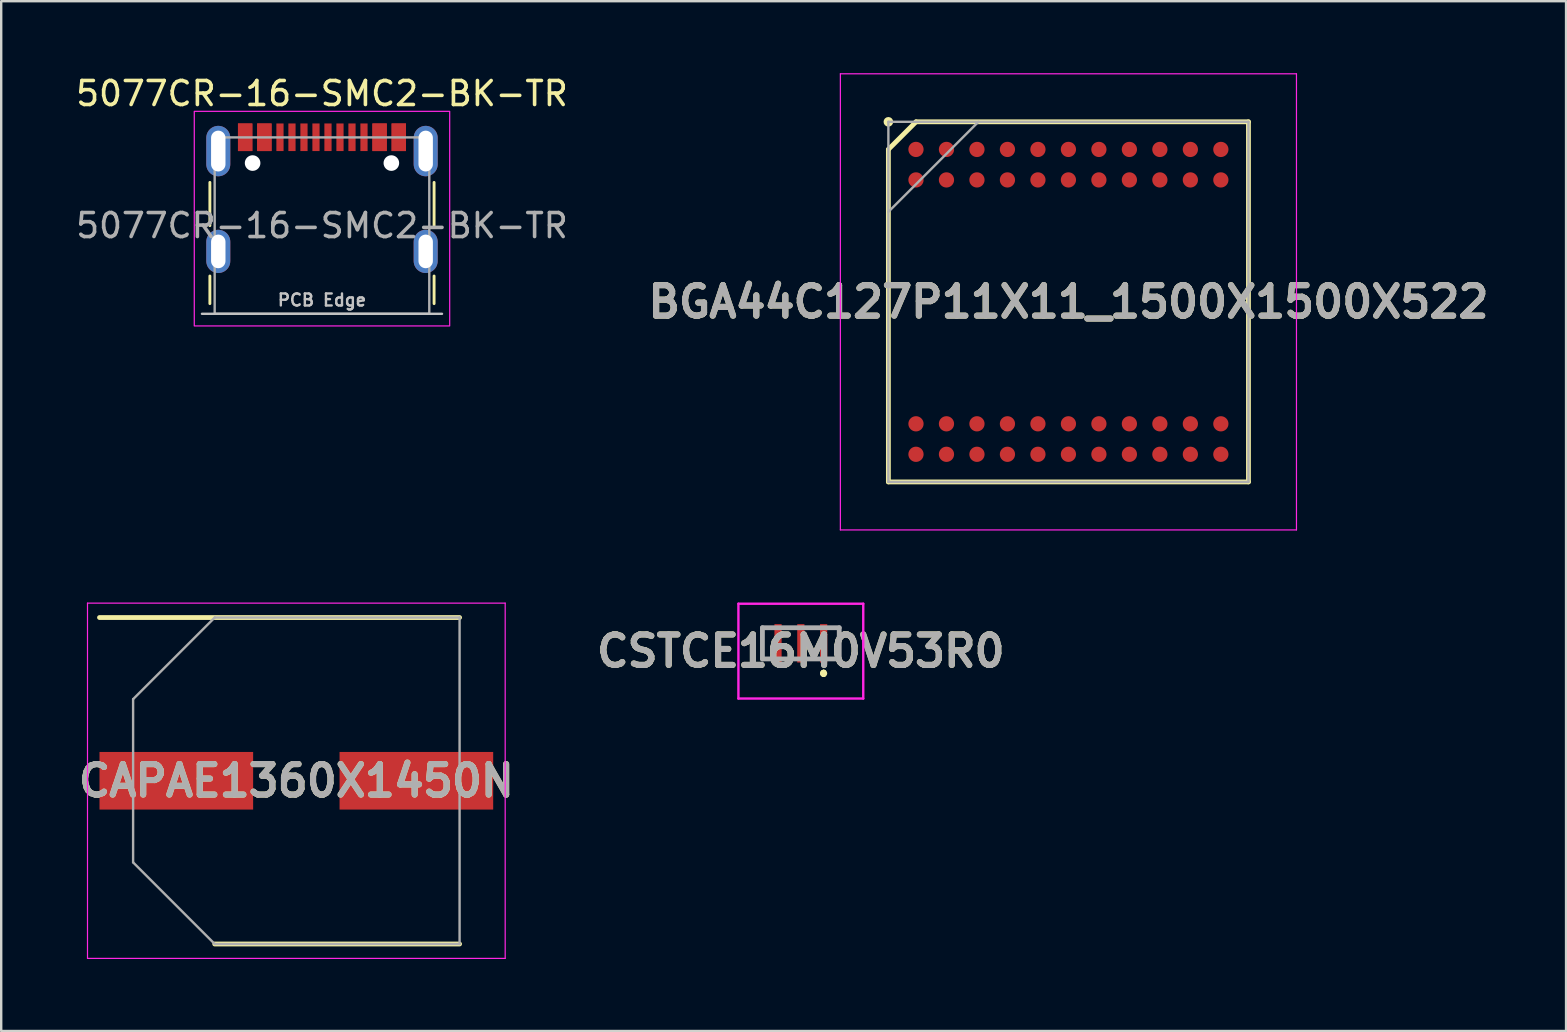
<source format=kicad_pcb>
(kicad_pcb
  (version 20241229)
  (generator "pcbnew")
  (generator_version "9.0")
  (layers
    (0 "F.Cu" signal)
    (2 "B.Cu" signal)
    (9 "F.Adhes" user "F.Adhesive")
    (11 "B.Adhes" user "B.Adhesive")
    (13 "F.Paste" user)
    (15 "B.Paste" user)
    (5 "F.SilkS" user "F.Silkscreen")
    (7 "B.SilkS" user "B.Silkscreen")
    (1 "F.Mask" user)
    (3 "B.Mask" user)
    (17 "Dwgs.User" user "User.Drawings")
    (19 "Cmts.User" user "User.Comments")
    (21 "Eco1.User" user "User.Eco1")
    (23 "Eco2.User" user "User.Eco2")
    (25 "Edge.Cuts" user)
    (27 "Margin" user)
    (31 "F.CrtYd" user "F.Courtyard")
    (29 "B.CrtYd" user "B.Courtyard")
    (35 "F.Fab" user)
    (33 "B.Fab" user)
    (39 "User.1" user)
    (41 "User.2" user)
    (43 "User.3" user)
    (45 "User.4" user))
  (footprint "CSTCE16M0V53R0"
    (layer "F.Cu")
    (at 30.311 23.75)
    (property "Reference" "CSTCE16M0V53R0" (at 0 0.325 0) (layer "F.SilkS") (effects (font (size 1.27 1.27) (thickness 0.254))))
    (attr smd)
    (fp_line (start -1.6 -0.65) (end -1.6 -0.65) (stroke (width 0.1) (type solid)) (layer "F.SilkS"))
    (fp_line (start -1.6 -0.65) (end -1.6 0.6) (stroke (width 0.1) (type solid)) (layer "F.SilkS"))
    (fp_line (start -1.6 0.6) (end -1.6 -0.65) (stroke (width 0.1) (type solid)) (layer "F.SilkS"))
    (fp_line (start -1.6 0.6) (end -1.6 0.6) (stroke (width 0.1) (type solid)) (layer "F.SilkS"))
    (fp_line (start 0.95 1.2) (end 0.95 1.2) (stroke (width 0.2) (type solid)) (layer "F.SilkS"))
    (fp_line (start 0.95 1.2) (end 0.95 1.2) (stroke (width 0.2) (type solid)) (layer "F.SilkS"))
    (fp_line (start 0.95 1.3) (end 0.95 1.3) (stroke (width 0.2) (type solid)) (layer "F.SilkS"))
    (fp_line (start 1.6 -0.65) (end 1.6 -0.65) (stroke (width 0.1) (type solid)) (layer "F.SilkS"))
    (fp_line (start 1.6 -0.65) (end 1.6 0.6) (stroke (width 0.1) (type solid)) (layer "F.SilkS"))
    (fp_line (start 1.6 0.6) (end 1.6 -0.65) (stroke (width 0.1) (type solid)) (layer "F.SilkS"))
    (fp_line (start 1.6 0.6) (end 1.6 0.6) (stroke (width 0.1) (type solid)) (layer "F.SilkS"))
    (fp_arc (start 0.95 1.2) (mid 1 1.25) (end 0.95 1.3) (stroke (width 0.2) (type solid)) (layer "F.SilkS"))
    (fp_arc (start 0.95 1.3) (mid 0.9 1.25) (end 0.95 1.2) (stroke (width 0.2) (type solid)) (layer "F.SilkS"))
    (fp_arc (start 0.95 1.3) (mid 0.9 1.25) (end 0.95 1.2) (stroke (width 0.2) (type solid)) (layer "F.SilkS"))
    (fp_line (start -2.6 -1.65) (end 2.6 -1.65) (stroke (width 0.1) (type solid)) (layer "F.CrtYd"))
    (fp_line (start -2.6 2.3) (end -2.6 -1.65) (stroke (width 0.1) (type solid)) (layer "F.CrtYd"))
    (fp_line (start 2.6 -1.65) (end 2.6 2.3) (stroke (width 0.1) (type solid)) (layer "F.CrtYd"))
    (fp_line (start 2.6 2.3) (end -2.6 2.3) (stroke (width 0.1) (type solid)) (layer "F.CrtYd"))
    (fp_line (start -1.6 -0.65) (end -1.6 0.65) (stroke (width 0.2) (type solid)) (layer "F.Fab"))
    (fp_line (start -1.6 0.65) (end 1.6 0.65) (stroke (width 0.2) (type solid)) (layer "F.Fab"))
    (fp_line (start 1.6 -0.65) (end -1.6 -0.65) (stroke (width 0.2) (type solid)) (layer "F.Fab"))
    (fp_line (start 1.6 0.65) (end 1.6 -0.65) (stroke (width 0.2) (type solid)) (layer "F.Fab"))
    (fp_text user "${REFERENCE}" (at 0 0.325 0) (layer "F.Fab") (effects (font (size 1.27 1.27) (thickness 0.254))))
    (pad "1" smd rect (at 0.95 0) (size 0.3 1.6) (layers "F.Cu" "F.Mask" "F.Paste"))
    (pad "2" smd rect (at 0 0) (size 0.3 1.6) (layers "F.Cu" "F.Mask" "F.Paste"))
    (pad "3" smd rect (at -0.95 0) (size 0.3 1.6) (layers "F.Cu" "F.Mask" "F.Paste")))
  (footprint "BGA44C127P11X11_1500X1500X522"
    (layer "F.Cu")
    (at 41.458 9.525)
    (property "Reference" "BGA44C127P11X11_1500X1500X522" (at 0 0 0) (layer "F.SilkS") (effects (font (size 1.27 1.27) (thickness 0.254))))
    (attr smd)
    (fp_line (start -7.5 -6.35) (end -6.35 -7.5) (stroke (width 0.2) (type solid)) (layer "F.SilkS"))
    (fp_line (start -7.5 7.5) (end -7.5 -6.35) (stroke (width 0.2) (type solid)) (layer "F.SilkS"))
    (fp_line (start -6.35 -7.5) (end 7.5 -7.5) (stroke (width 0.2) (type solid)) (layer "F.SilkS"))
    (fp_line (start 7.5 -7.5) (end 7.5 7.5) (stroke (width 0.2) (type solid)) (layer "F.SilkS"))
    (fp_line (start 7.5 7.5) (end -7.5 7.5) (stroke (width 0.2) (type solid)) (layer "F.SilkS"))
    (fp_circle (center -7.5 -7.5) (end -7.5 -7.4) (stroke (width 0.2) (type solid)) (fill no) (layer "F.SilkS"))
    (fp_line (start -9.5 -9.5) (end 9.5 -9.5) (stroke (width 0.05) (type solid)) (layer "F.CrtYd"))
    (fp_line (start -9.5 9.5) (end -9.5 -9.5) (stroke (width 0.05) (type solid)) (layer "F.CrtYd"))
    (fp_line (start 9.5 -9.5) (end 9.5 9.5) (stroke (width 0.05) (type solid)) (layer "F.CrtYd"))
    (fp_line (start 9.5 9.5) (end -9.5 9.5) (stroke (width 0.05) (type solid)) (layer "F.CrtYd"))
    (fp_line (start -7.5 -7.5) (end 7.5 -7.5) (stroke (width 0.1) (type solid)) (layer "F.Fab"))
    (fp_line (start -7.5 -3.75) (end -3.75 -7.5) (stroke (width 0.1) (type solid)) (layer "F.Fab"))
    (fp_line (start -7.5 7.5) (end -7.5 -7.5) (stroke (width 0.1) (type solid)) (layer "F.Fab"))
    (fp_line (start 7.5 -7.5) (end 7.5 7.5) (stroke (width 0.1) (type solid)) (layer "F.Fab"))
    (fp_line (start 7.5 7.5) (end -7.5 7.5) (stroke (width 0.1) (type solid)) (layer "F.Fab"))
    (fp_text user "${REFERENCE}" (at 0 0 0) (layer "F.Fab") (effects (font (size 1.27 1.27) (thickness 0.254))))
    (pad "A1" smd circle (at -6.35 -6.35 90) (size 0.635 0.635) (layers "F.Cu" "F.Mask" "F.Paste"))
    (pad "A2" smd circle (at -5.08 -6.35 90) (size 0.635 0.635) (layers "F.Cu" "F.Mask" "F.Paste"))
    (pad "A3" smd circle (at -3.81 -6.35 90) (size 0.635 0.635) (layers "F.Cu" "F.Mask" "F.Paste"))
    (pad "A4" smd circle (at -2.54 -6.35 90) (size 0.635 0.635) (layers "F.Cu" "F.Mask" "F.Paste"))
    (pad "A5" smd circle (at -1.27 -6.35 90) (size 0.635 0.635) (layers "F.Cu" "F.Mask" "F.Paste"))
    (pad "A6" smd circle (at 0 -6.35 90) (size 0.635 0.635) (layers "F.Cu" "F.Mask" "F.Paste"))
    (pad "A7" smd circle (at 1.27 -6.35 90) (size 0.635 0.635) (layers "F.Cu" "F.Mask" "F.Paste"))
    (pad "A8" smd circle (at 2.54 -6.35 90) (size 0.635 0.635) (layers "F.Cu" "F.Mask" "F.Paste"))
    (pad "A9" smd circle (at 3.81 -6.35 90) (size 0.635 0.635) (layers "F.Cu" "F.Mask" "F.Paste"))
    (pad "A10" smd circle (at 5.08 -6.35 90) (size 0.635 0.635) (layers "F.Cu" "F.Mask" "F.Paste"))
    (pad "A11" smd circle (at 6.35 -6.35 90) (size 0.635 0.635) (layers "F.Cu" "F.Mask" "F.Paste"))
    (pad "B1" smd circle (at -6.35 -5.08 90) (size 0.635 0.635) (layers "F.Cu" "F.Mask" "F.Paste"))
    (pad "B2" smd circle (at -5.08 -5.08 90) (size 0.635 0.635) (layers "F.Cu" "F.Mask" "F.Paste"))
    (pad "B3" smd circle (at -3.81 -5.08 90) (size 0.635 0.635) (layers "F.Cu" "F.Mask" "F.Paste"))
    (pad "B4" smd circle (at -2.54 -5.08 90) (size 0.635 0.635) (layers "F.Cu" "F.Mask" "F.Paste"))
    (pad "B5" smd circle (at -1.27 -5.08 90) (size 0.635 0.635) (layers "F.Cu" "F.Mask" "F.Paste"))
    (pad "B6" smd circle (at 0 -5.08 90) (size 0.635 0.635) (layers "F.Cu" "F.Mask" "F.Paste"))
    (pad "B7" smd circle (at 1.27 -5.08 90) (size 0.635 0.635) (layers "F.Cu" "F.Mask" "F.Paste"))
    (pad "B8" smd circle (at 2.54 -5.08 90) (size 0.635 0.635) (layers "F.Cu" "F.Mask" "F.Paste"))
    (pad "B9" smd circle (at 3.81 -5.08 90) (size 0.635 0.635) (layers "F.Cu" "F.Mask" "F.Paste"))
    (pad "B10" smd circle (at 5.08 -5.08 90) (size 0.635 0.635) (layers "F.Cu" "F.Mask" "F.Paste"))
    (pad "B11" smd circle (at 6.35 -5.08 90) (size 0.635 0.635) (layers "F.Cu" "F.Mask" "F.Paste"))
    (pad "K1" smd circle (at -6.35 5.08 90) (size 0.635 0.635) (layers "F.Cu" "F.Mask" "F.Paste"))
    (pad "K2" smd circle (at -5.08 5.08 90) (size 0.635 0.635) (layers "F.Cu" "F.Mask" "F.Paste"))
    (pad "K3" smd circle (at -3.81 5.08 90) (size 0.635 0.635) (layers "F.Cu" "F.Mask" "F.Paste"))
    (pad "K4" smd circle (at -2.54 5.08 90) (size 0.635 0.635) (layers "F.Cu" "F.Mask" "F.Paste"))
    (pad "K5" smd circle (at -1.27 5.08 90) (size 0.635 0.635) (layers "F.Cu" "F.Mask" "F.Paste"))
    (pad "K6" smd circle (at 0 5.08 90) (size 0.635 0.635) (layers "F.Cu" "F.Mask" "F.Paste"))
    (pad "K7" smd circle (at 1.27 5.08 90) (size 0.635 0.635) (layers "F.Cu" "F.Mask" "F.Paste"))
    (pad "K8" smd circle (at 2.54 5.08 90) (size 0.635 0.635) (layers "F.Cu" "F.Mask" "F.Paste"))
    (pad "K9" smd circle (at 3.81 5.08 90) (size 0.635 0.635) (layers "F.Cu" "F.Mask" "F.Paste"))
    (pad "K10" smd circle (at 5.08 5.08 90) (size 0.635 0.635) (layers "F.Cu" "F.Mask" "F.Paste"))
    (pad "K11" smd circle (at 6.35 5.08 90) (size 0.635 0.635) (layers "F.Cu" "F.Mask" "F.Paste"))
    (pad "L1" smd circle (at -6.35 6.35 90) (size 0.635 0.635) (layers "F.Cu" "F.Mask" "F.Paste"))
    (pad "L2" smd circle (at -5.08 6.35 90) (size 0.635 0.635) (layers "F.Cu" "F.Mask" "F.Paste"))
    (pad "L3" smd circle (at -3.81 6.35 90) (size 0.635 0.635) (layers "F.Cu" "F.Mask" "F.Paste"))
    (pad "L4" smd circle (at -2.54 6.35 90) (size 0.635 0.635) (layers "F.Cu" "F.Mask" "F.Paste"))
    (pad "L5" smd circle (at -1.27 6.35 90) (size 0.635 0.635) (layers "F.Cu" "F.Mask" "F.Paste"))
    (pad "L6" smd circle (at 0 6.35 90) (size 0.635 0.635) (layers "F.Cu" "F.Mask" "F.Paste"))
    (pad "L7" smd circle (at 1.27 6.35 90) (size 0.635 0.635) (layers "F.Cu" "F.Mask" "F.Paste"))
    (pad "L8" smd circle (at 2.54 6.35 90) (size 0.635 0.635) (layers "F.Cu" "F.Mask" "F.Paste"))
    (pad "L9" smd circle (at 3.81 6.35 90) (size 0.635 0.635) (layers "F.Cu" "F.Mask" "F.Paste"))
    (pad "L10" smd circle (at 5.08 6.35 90) (size 0.635 0.635) (layers "F.Cu" "F.Mask" "F.Paste"))
    (pad "L11" smd circle (at 6.35 6.35 90) (size 0.635 0.635) (layers "F.Cu" "F.Mask" "F.Paste")))
  (footprint "5077CR-16-SMC2-BK-TR"
    (layer "F.Cu")
    (at 10.363 6.348)
    (property "Reference" "5077CR-16-SMC2-BK-TR" (at 0 -5.5 0) (unlocked yes) (layer "F.SilkS") (effects (font (size 1 1) (thickness 0.15))))
    (attr smd)
    (fp_line (start -4.67 0) (end -4.67 -1.8) (stroke (width 0.12) (type solid)) (layer "F.SilkS"))
    (fp_line (start -4.67 2.1) (end -4.67 3.25) (stroke (width 0.12) (type solid)) (layer "F.SilkS"))
    (fp_line (start 4.67 0) (end 4.67 -1.8) (stroke (width 0.12) (type solid)) (layer "F.SilkS"))
    (fp_line (start 4.67 2.1) (end 4.67 3.25) (stroke (width 0.12) (type solid)) (layer "F.SilkS"))
    (fp_line (start 5 3.675) (end -5 3.675) (stroke (width 0.1) (type solid)) (layer "Dwgs.User"))
    (fp_rect (start -5.32 -4.76) (end 5.32 4.18) (stroke (width 0.05) (type solid)) (fill no) (layer "F.CrtYd"))
    (fp_rect (start -4.47 -3.675) (end 4.47 3.675) (stroke (width 0.1) (type solid)) (fill no) (layer "F.Fab"))
    (fp_text user "PCB Edge" (at 0 3.1 0) (unlocked yes) (layer "Dwgs.User") (effects (font (size 0.5 0.5) (thickness 0.1))))
    (fp_text user "${REFERENCE}" (at 0 0 0) (unlocked yes) (layer "F.Fab") (effects (font (size 1 1) (thickness 0.15))))
    (pad "" np_thru_hole circle (at -2.89 -2.605) (size 0.65 0.65) (drill 0.65) (layers "*.Cu" "*.Mask"))
    (pad "" np_thru_hole circle (at 2.89 -2.605) (size 0.65 0.65) (drill 0.65) (layers "*.Cu" "*.Mask"))
    (pad "A1" smd rect (at -3.2 -3.68) (size 0.6 1.15) (layers "F.Cu" "F.Mask" "F.Paste"))
    (pad "A4" smd rect (at -2.4 -3.68) (size 0.6 1.15) (layers "F.Cu" "F.Mask" "F.Paste"))
    (pad "A5" smd rect (at -1.25 -3.68) (size 0.3 1.15) (layers "F.Cu" "F.Mask" "F.Paste"))
    (pad "A6" smd rect (at -0.25 -3.68) (size 0.3 1.15) (layers "F.Cu" "F.Mask" "F.Paste"))
    (pad "A7" smd rect (at 0.25 -3.68) (size 0.3 1.15) (layers "F.Cu" "F.Mask" "F.Paste"))
    (pad "A8" smd rect (at 1.25 -3.68) (size 0.3 1.15) (layers "F.Cu" "F.Mask" "F.Paste"))
    (pad "A9" smd rect (at 2.4 -3.68) (size 0.6 1.15) (layers "F.Cu" "F.Mask" "F.Paste"))
    (pad "A12" smd rect (at 3.2 -3.68) (size 0.6 1.15) (layers "F.Cu" "F.Mask" "F.Paste"))
    (pad "B1" smd rect (at 3.2 -3.68) (size 0.6 1.15) (layers "F.Cu" "F.Mask" "F.Paste"))
    (pad "B4" smd rect (at 2.4 -3.68) (size 0.6 1.15) (layers "F.Cu" "F.Mask" "F.Paste"))
    (pad "B5" smd rect (at 1.75 -3.68) (size 0.3 1.15) (layers "F.Cu" "F.Mask" "F.Paste"))
    (pad "B6" smd rect (at 0.75 -3.68) (size 0.3 1.15) (layers "F.Cu" "F.Mask" "F.Paste"))
    (pad "B7" smd rect (at -0.75 -3.68) (size 0.3 1.15) (layers "F.Cu" "F.Mask" "F.Paste"))
    (pad "B8" smd rect (at -1.75 -3.68) (size 0.3 1.15) (layers "F.Cu" "F.Mask" "F.Paste"))
    (pad "B9" smd rect (at -2.4 -3.68) (size 0.6 1.15) (layers "F.Cu" "F.Mask" "F.Paste"))
    (pad "B12" smd rect (at -3.2 -3.68) (size 0.6 1.15) (layers "F.Cu" "F.Mask" "F.Paste"))
    (pad "S1" thru_hole oval (at -4.32 -3.105) (size 1 2.1) (drill oval 0.6 1.7) (layers "*.Cu" "*.Mask" "F.Paste"))
    (pad "S1" thru_hole oval (at -4.32 1.075) (size 1 1.8) (drill oval 0.6 1.4) (layers "*.Cu" "*.Mask" "F.Paste"))
    (pad "S1" thru_hole oval (at 4.32 -3.105) (size 1 2.1) (drill oval 0.6 1.7) (layers "*.Cu" "*.Mask" "F.Paste"))
    (pad "S1" thru_hole oval (at 4.32 1.075) (size 1 1.8) (drill oval 0.6 1.4) (layers "*.Cu" "*.Mask" "F.Paste")))
  (footprint "CAPAE1360X1450N"
    (layer "F.Cu")
    (at 9.295 29.475)
    (property "Reference" "CAPAE1360X1450N" (at 0 0 0) (layer "F.SilkS") (effects (font (size 1.27 1.27) (thickness 0.254))))
    (attr smd)
    (fp_line (start -8.2 -6.8) (end 6.8 -6.8) (stroke (width 0.2) (type solid)) (layer "F.SilkS"))
    (fp_line (start -3.4 6.8) (end 6.8 6.8) (stroke (width 0.2) (type solid)) (layer "F.SilkS"))
    (fp_line (start -8.7 -7.4) (end 8.7 -7.4) (stroke (width 0.05) (type solid)) (layer "F.CrtYd"))
    (fp_line (start -8.7 7.4) (end -8.7 -7.4) (stroke (width 0.05) (type solid)) (layer "F.CrtYd"))
    (fp_line (start 8.7 -7.4) (end 8.7 7.4) (stroke (width 0.05) (type solid)) (layer "F.CrtYd"))
    (fp_line (start 8.7 7.4) (end -8.7 7.4) (stroke (width 0.05) (type solid)) (layer "F.CrtYd"))
    (fp_line (start -6.8 -3.4) (end -6.8 3.4) (stroke (width 0.1) (type solid)) (layer "F.Fab"))
    (fp_line (start -6.8 3.4) (end -3.4 6.8) (stroke (width 0.1) (type solid)) (layer "F.Fab"))
    (fp_line (start -3.4 -6.8) (end -6.8 -3.4) (stroke (width 0.1) (type solid)) (layer "F.Fab"))
    (fp_line (start -3.4 6.8) (end 6.8 6.8) (stroke (width 0.1) (type solid)) (layer "F.Fab"))
    (fp_line (start 6.8 -6.8) (end -3.4 -6.8) (stroke (width 0.1) (type solid)) (layer "F.Fab"))
    (fp_line (start 6.8 6.8) (end 6.8 -6.8) (stroke (width 0.1) (type solid)) (layer "F.Fab"))
    (fp_text user "${REFERENCE}" (at 0 0 0) (layer "F.Fab") (effects (font (size 1.27 1.27) (thickness 0.254))))
    (pad "1" smd rect (at -5 0 90) (size 2.4 6.4) (layers "F.Cu" "F.Mask" "F.Paste"))
    (pad "2" smd rect (at 5 0 90) (size 2.4 6.4) (layers "F.Cu" "F.Mask" "F.Paste")))
  (gr_rect
    (start -3 -3)
    (end 62.189 39.9)
    (stroke (width 0.1) (type default))
    (fill no)
    (layer "Edge.Cuts")))
</source>
